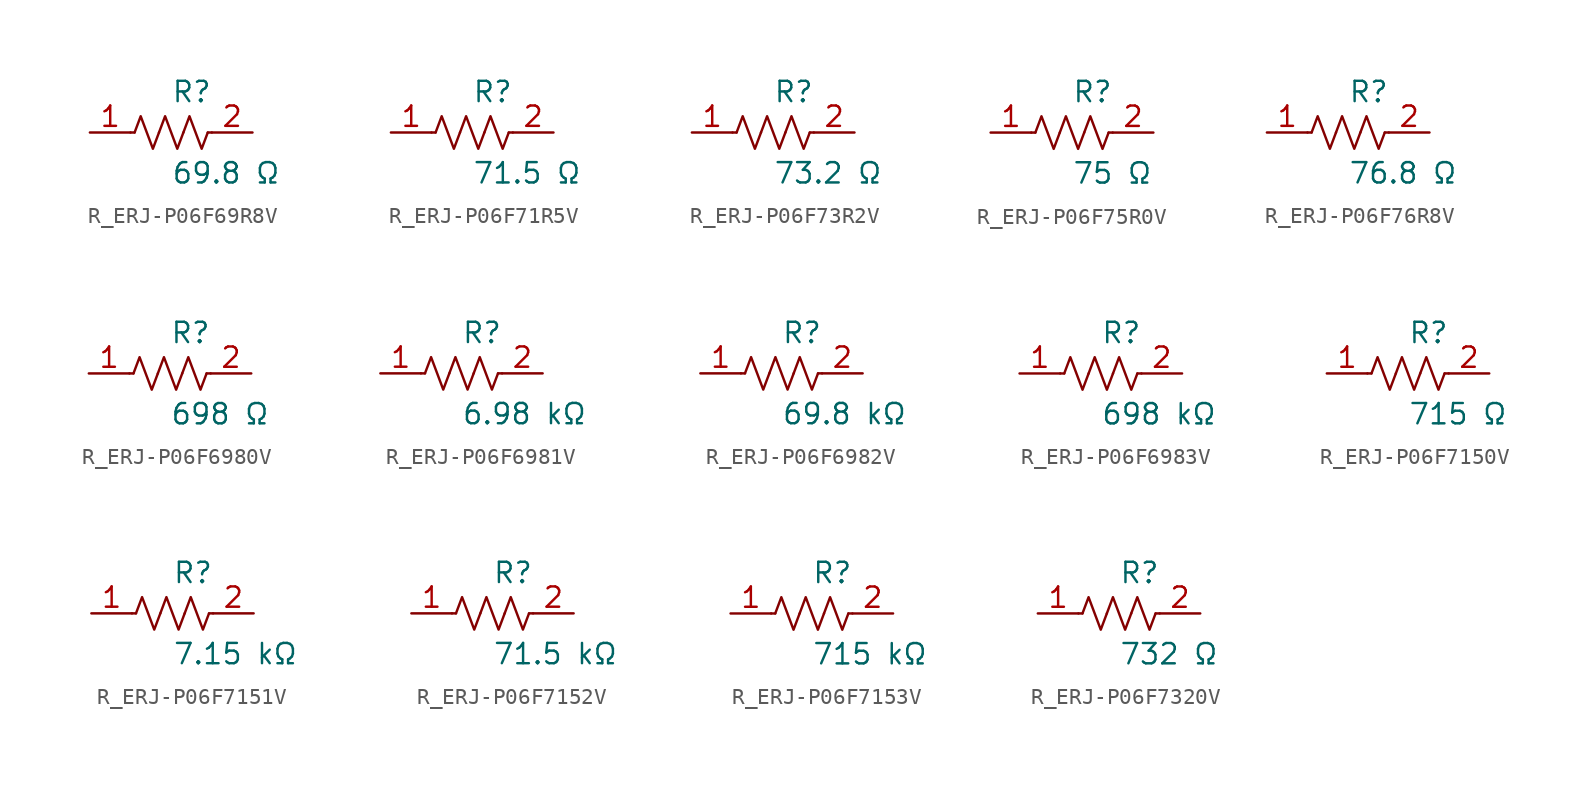
<source format=kicad_sym>
(kicad_symbol_lib
  (version 20231120)
  (generator kicad_symbol_editor)
  (generator_version 8.0)
  (symbol "R_ERJ-P06F69R8V"
    (pin_names
      (offset 0.254))
    (property "Reference" "R"
      (at 0 2.54 0)
      (effects (font (size 1.27 1.27)) (justify left)))
    (property "Value" "69.8 Ω"
      (at 0 -2.54 0)
      (effects (font (size 1.27 1.27)) (justify left)))
    (symbol "R_ERJ-P06F69R8V_0_1"
      (polyline (pts (xy 2.286 0) (xy 2.54 0)) (stroke (width 0) (type default)) (fill (type none)))
      (polyline (pts (xy -2.286 0) (xy -2.54 0)) (stroke (width 0) (type default)) (fill (type none)))
      (polyline (pts (xy 0.762 0) (xy 1.143 1.016) (xy 1.524 0) (xy 1.905 -1.016) (xy 2.286 0)) (stroke (width 0) (type default)) (fill (type none)))
      (polyline (pts (xy -0.762 0) (xy -0.381 1.016) (xy 0 0) (xy 0.381 -1.016) (xy 0.762 0)) (stroke (width 0) (type default)) (fill (type none)))
      (polyline (pts (xy -2.286 0) (xy -1.905 1.016) (xy -1.524 0) (xy -1.143 -1.016) (xy -0.762 0)) (stroke (width 0) (type default)) (fill (type none))))
    (pin passive line
      (at -5.08 0 0)
      (length 2.54)
      (name "" (effects (font (size 1.27 1.27))))
      (number "1" (effects (font (size 1.27 1.27)))))
    (pin passive line
      (at 5.08 0 180)
      (length 2.54)
      (name "" (effects (font (size 1.27 1.27))))
      (number "2" (effects (font (size 1.27 1.27))))))
  (symbol "R_ERJ-P06F71R5V"
    (pin_names
      (offset 0.254))
    (property "Reference" "R"
      (at 0 2.54 0)
      (effects (font (size 1.27 1.27)) (justify left)))
    (property "Value" "71.5 Ω"
      (at 0 -2.54 0)
      (effects (font (size 1.27 1.27)) (justify left)))
    (symbol "R_ERJ-P06F71R5V_0_1"
      (polyline (pts (xy 2.286 0) (xy 2.54 0)) (stroke (width 0) (type default)) (fill (type none)))
      (polyline (pts (xy -2.286 0) (xy -2.54 0)) (stroke (width 0) (type default)) (fill (type none)))
      (polyline (pts (xy 0.762 0) (xy 1.143 1.016) (xy 1.524 0) (xy 1.905 -1.016) (xy 2.286 0)) (stroke (width 0) (type default)) (fill (type none)))
      (polyline (pts (xy -0.762 0) (xy -0.381 1.016) (xy 0 0) (xy 0.381 -1.016) (xy 0.762 0)) (stroke (width 0) (type default)) (fill (type none)))
      (polyline (pts (xy -2.286 0) (xy -1.905 1.016) (xy -1.524 0) (xy -1.143 -1.016) (xy -0.762 0)) (stroke (width 0) (type default)) (fill (type none))))
    (pin passive line
      (at -5.08 0 0)
      (length 2.54)
      (name "" (effects (font (size 1.27 1.27))))
      (number "1" (effects (font (size 1.27 1.27)))))
    (pin passive line
      (at 5.08 0 180)
      (length 2.54)
      (name "" (effects (font (size 1.27 1.27))))
      (number "2" (effects (font (size 1.27 1.27))))))
  (symbol "R_ERJ-P06F73R2V"
    (pin_names
      (offset 0.254))
    (property "Reference" "R"
      (at 0 2.54 0)
      (effects (font (size 1.27 1.27)) (justify left)))
    (property "Value" "73.2 Ω"
      (at 0 -2.54 0)
      (effects (font (size 1.27 1.27)) (justify left)))
    (symbol "R_ERJ-P06F73R2V_0_1"
      (polyline (pts (xy 2.286 0) (xy 2.54 0)) (stroke (width 0) (type default)) (fill (type none)))
      (polyline (pts (xy -2.286 0) (xy -2.54 0)) (stroke (width 0) (type default)) (fill (type none)))
      (polyline (pts (xy 0.762 0) (xy 1.143 1.016) (xy 1.524 0) (xy 1.905 -1.016) (xy 2.286 0)) (stroke (width 0) (type default)) (fill (type none)))
      (polyline (pts (xy -0.762 0) (xy -0.381 1.016) (xy 0 0) (xy 0.381 -1.016) (xy 0.762 0)) (stroke (width 0) (type default)) (fill (type none)))
      (polyline (pts (xy -2.286 0) (xy -1.905 1.016) (xy -1.524 0) (xy -1.143 -1.016) (xy -0.762 0)) (stroke (width 0) (type default)) (fill (type none))))
    (pin passive line
      (at -5.08 0 0)
      (length 2.54)
      (name "" (effects (font (size 1.27 1.27))))
      (number "1" (effects (font (size 1.27 1.27)))))
    (pin passive line
      (at 5.08 0 180)
      (length 2.54)
      (name "" (effects (font (size 1.27 1.27))))
      (number "2" (effects (font (size 1.27 1.27))))))
  (symbol "R_ERJ-P06F75R0V"
    (pin_names
      (offset 0.254))
    (property "Reference" "R"
      (at 0 2.54 0)
      (effects (font (size 1.27 1.27)) (justify left)))
    (property "Value" "75 Ω"
      (at 0 -2.54 0)
      (effects (font (size 1.27 1.27)) (justify left)))
    (symbol "R_ERJ-P06F75R0V_0_1"
      (polyline (pts (xy 2.286 0) (xy 2.54 0)) (stroke (width 0) (type default)) (fill (type none)))
      (polyline (pts (xy -2.286 0) (xy -2.54 0)) (stroke (width 0) (type default)) (fill (type none)))
      (polyline (pts (xy 0.762 0) (xy 1.143 1.016) (xy 1.524 0) (xy 1.905 -1.016) (xy 2.286 0)) (stroke (width 0) (type default)) (fill (type none)))
      (polyline (pts (xy -0.762 0) (xy -0.381 1.016) (xy 0 0) (xy 0.381 -1.016) (xy 0.762 0)) (stroke (width 0) (type default)) (fill (type none)))
      (polyline (pts (xy -2.286 0) (xy -1.905 1.016) (xy -1.524 0) (xy -1.143 -1.016) (xy -0.762 0)) (stroke (width 0) (type default)) (fill (type none))))
    (pin passive line
      (at -5.08 0 0)
      (length 2.54)
      (name "" (effects (font (size 1.27 1.27))))
      (number "1" (effects (font (size 1.27 1.27)))))
    (pin passive line
      (at 5.08 0 180)
      (length 2.54)
      (name "" (effects (font (size 1.27 1.27))))
      (number "2" (effects (font (size 1.27 1.27))))))
  (symbol "R_ERJ-P06F76R8V"
    (pin_names
      (offset 0.254))
    (property "Reference" "R"
      (at 0 2.54 0)
      (effects (font (size 1.27 1.27)) (justify left)))
    (property "Value" "76.8 Ω"
      (at 0 -2.54 0)
      (effects (font (size 1.27 1.27)) (justify left)))
    (symbol "R_ERJ-P06F76R8V_0_1"
      (polyline (pts (xy 2.286 0) (xy 2.54 0)) (stroke (width 0) (type default)) (fill (type none)))
      (polyline (pts (xy -2.286 0) (xy -2.54 0)) (stroke (width 0) (type default)) (fill (type none)))
      (polyline (pts (xy 0.762 0) (xy 1.143 1.016) (xy 1.524 0) (xy 1.905 -1.016) (xy 2.286 0)) (stroke (width 0) (type default)) (fill (type none)))
      (polyline (pts (xy -0.762 0) (xy -0.381 1.016) (xy 0 0) (xy 0.381 -1.016) (xy 0.762 0)) (stroke (width 0) (type default)) (fill (type none)))
      (polyline (pts (xy -2.286 0) (xy -1.905 1.016) (xy -1.524 0) (xy -1.143 -1.016) (xy -0.762 0)) (stroke (width 0) (type default)) (fill (type none))))
    (pin passive line
      (at -5.08 0 0)
      (length 2.54)
      (name "" (effects (font (size 1.27 1.27))))
      (number "1" (effects (font (size 1.27 1.27)))))
    (pin passive line
      (at 5.08 0 180)
      (length 2.54)
      (name "" (effects (font (size 1.27 1.27))))
      (number "2" (effects (font (size 1.27 1.27))))))
  (symbol "R_ERJ-P06F6980V"
    (pin_names
      (offset 0.254))
    (property "Reference" "R"
      (at 0 2.54 0)
      (effects (font (size 1.27 1.27)) (justify left)))
    (property "Value" "698 Ω"
      (at 0 -2.54 0)
      (effects (font (size 1.27 1.27)) (justify left)))
    (symbol "R_ERJ-P06F6980V_0_1"
      (polyline (pts (xy 2.286 0) (xy 2.54 0)) (stroke (width 0) (type default)) (fill (type none)))
      (polyline (pts (xy -2.286 0) (xy -2.54 0)) (stroke (width 0) (type default)) (fill (type none)))
      (polyline (pts (xy 0.762 0) (xy 1.143 1.016) (xy 1.524 0) (xy 1.905 -1.016) (xy 2.286 0)) (stroke (width 0) (type default)) (fill (type none)))
      (polyline (pts (xy -0.762 0) (xy -0.381 1.016) (xy 0 0) (xy 0.381 -1.016) (xy 0.762 0)) (stroke (width 0) (type default)) (fill (type none)))
      (polyline (pts (xy -2.286 0) (xy -1.905 1.016) (xy -1.524 0) (xy -1.143 -1.016) (xy -0.762 0)) (stroke (width 0) (type default)) (fill (type none))))
    (pin passive line
      (at -5.08 0 0)
      (length 2.54)
      (name "" (effects (font (size 1.27 1.27))))
      (number "1" (effects (font (size 1.27 1.27)))))
    (pin passive line
      (at 5.08 0 180)
      (length 2.54)
      (name "" (effects (font (size 1.27 1.27))))
      (number "2" (effects (font (size 1.27 1.27))))))
  (symbol "R_ERJ-P06F6981V"
    (pin_names
      (offset 0.254))
    (property "Reference" "R"
      (at 0 2.54 0)
      (effects (font (size 1.27 1.27)) (justify left)))
    (property "Value" "6.98 kΩ"
      (at 0 -2.54 0)
      (effects (font (size 1.27 1.27)) (justify left)))
    (symbol "R_ERJ-P06F6981V_0_1"
      (polyline (pts (xy 2.286 0) (xy 2.54 0)) (stroke (width 0) (type default)) (fill (type none)))
      (polyline (pts (xy -2.286 0) (xy -2.54 0)) (stroke (width 0) (type default)) (fill (type none)))
      (polyline (pts (xy 0.762 0) (xy 1.143 1.016) (xy 1.524 0) (xy 1.905 -1.016) (xy 2.286 0)) (stroke (width 0) (type default)) (fill (type none)))
      (polyline (pts (xy -0.762 0) (xy -0.381 1.016) (xy 0 0) (xy 0.381 -1.016) (xy 0.762 0)) (stroke (width 0) (type default)) (fill (type none)))
      (polyline (pts (xy -2.286 0) (xy -1.905 1.016) (xy -1.524 0) (xy -1.143 -1.016) (xy -0.762 0)) (stroke (width 0) (type default)) (fill (type none))))
    (pin passive line
      (at -5.08 0 0)
      (length 2.54)
      (name "" (effects (font (size 1.27 1.27))))
      (number "1" (effects (font (size 1.27 1.27)))))
    (pin passive line
      (at 5.08 0 180)
      (length 2.54)
      (name "" (effects (font (size 1.27 1.27))))
      (number "2" (effects (font (size 1.27 1.27))))))
  (symbol "R_ERJ-P06F6982V"
    (pin_names
      (offset 0.254))
    (property "Reference" "R"
      (at 0 2.54 0)
      (effects (font (size 1.27 1.27)) (justify left)))
    (property "Value" "69.8 kΩ"
      (at 0 -2.54 0)
      (effects (font (size 1.27 1.27)) (justify left)))
    (symbol "R_ERJ-P06F6982V_0_1"
      (polyline (pts (xy 2.286 0) (xy 2.54 0)) (stroke (width 0) (type default)) (fill (type none)))
      (polyline (pts (xy -2.286 0) (xy -2.54 0)) (stroke (width 0) (type default)) (fill (type none)))
      (polyline (pts (xy 0.762 0) (xy 1.143 1.016) (xy 1.524 0) (xy 1.905 -1.016) (xy 2.286 0)) (stroke (width 0) (type default)) (fill (type none)))
      (polyline (pts (xy -0.762 0) (xy -0.381 1.016) (xy 0 0) (xy 0.381 -1.016) (xy 0.762 0)) (stroke (width 0) (type default)) (fill (type none)))
      (polyline (pts (xy -2.286 0) (xy -1.905 1.016) (xy -1.524 0) (xy -1.143 -1.016) (xy -0.762 0)) (stroke (width 0) (type default)) (fill (type none))))
    (pin passive line
      (at -5.08 0 0)
      (length 2.54)
      (name "" (effects (font (size 1.27 1.27))))
      (number "1" (effects (font (size 1.27 1.27)))))
    (pin passive line
      (at 5.08 0 180)
      (length 2.54)
      (name "" (effects (font (size 1.27 1.27))))
      (number "2" (effects (font (size 1.27 1.27))))))
  (symbol "R_ERJ-P06F6983V"
    (pin_names
      (offset 0.254))
    (property "Reference" "R"
      (at 0 2.54 0)
      (effects (font (size 1.27 1.27)) (justify left)))
    (property "Value" "698 kΩ"
      (at 0 -2.54 0)
      (effects (font (size 1.27 1.27)) (justify left)))
    (symbol "R_ERJ-P06F6983V_0_1"
      (polyline (pts (xy 2.286 0) (xy 2.54 0)) (stroke (width 0) (type default)) (fill (type none)))
      (polyline (pts (xy -2.286 0) (xy -2.54 0)) (stroke (width 0) (type default)) (fill (type none)))
      (polyline (pts (xy 0.762 0) (xy 1.143 1.016) (xy 1.524 0) (xy 1.905 -1.016) (xy 2.286 0)) (stroke (width 0) (type default)) (fill (type none)))
      (polyline (pts (xy -0.762 0) (xy -0.381 1.016) (xy 0 0) (xy 0.381 -1.016) (xy 0.762 0)) (stroke (width 0) (type default)) (fill (type none)))
      (polyline (pts (xy -2.286 0) (xy -1.905 1.016) (xy -1.524 0) (xy -1.143 -1.016) (xy -0.762 0)) (stroke (width 0) (type default)) (fill (type none))))
    (pin passive line
      (at -5.08 0 0)
      (length 2.54)
      (name "" (effects (font (size 1.27 1.27))))
      (number "1" (effects (font (size 1.27 1.27)))))
    (pin passive line
      (at 5.08 0 180)
      (length 2.54)
      (name "" (effects (font (size 1.27 1.27))))
      (number "2" (effects (font (size 1.27 1.27))))))
  (symbol "R_ERJ-P06F7150V"
    (pin_names
      (offset 0.254))
    (property "Reference" "R"
      (at 0 2.54 0)
      (effects (font (size 1.27 1.27)) (justify left)))
    (property "Value" "715 Ω"
      (at 0 -2.54 0)
      (effects (font (size 1.27 1.27)) (justify left)))
    (symbol "R_ERJ-P06F7150V_0_1"
      (polyline (pts (xy 2.286 0) (xy 2.54 0)) (stroke (width 0) (type default)) (fill (type none)))
      (polyline (pts (xy -2.286 0) (xy -2.54 0)) (stroke (width 0) (type default)) (fill (type none)))
      (polyline (pts (xy 0.762 0) (xy 1.143 1.016) (xy 1.524 0) (xy 1.905 -1.016) (xy 2.286 0)) (stroke (width 0) (type default)) (fill (type none)))
      (polyline (pts (xy -0.762 0) (xy -0.381 1.016) (xy 0 0) (xy 0.381 -1.016) (xy 0.762 0)) (stroke (width 0) (type default)) (fill (type none)))
      (polyline (pts (xy -2.286 0) (xy -1.905 1.016) (xy -1.524 0) (xy -1.143 -1.016) (xy -0.762 0)) (stroke (width 0) (type default)) (fill (type none))))
    (pin passive line
      (at -5.08 0 0)
      (length 2.54)
      (name "" (effects (font (size 1.27 1.27))))
      (number "1" (effects (font (size 1.27 1.27)))))
    (pin passive line
      (at 5.08 0 180)
      (length 2.54)
      (name "" (effects (font (size 1.27 1.27))))
      (number "2" (effects (font (size 1.27 1.27))))))
  (symbol "R_ERJ-P06F7151V"
    (pin_names
      (offset 0.254))
    (property "Reference" "R"
      (at 0 2.54 0)
      (effects (font (size 1.27 1.27)) (justify left)))
    (property "Value" "7.15 kΩ"
      (at 0 -2.54 0)
      (effects (font (size 1.27 1.27)) (justify left)))
    (symbol "R_ERJ-P06F7151V_0_1"
      (polyline (pts (xy 2.286 0) (xy 2.54 0)) (stroke (width 0) (type default)) (fill (type none)))
      (polyline (pts (xy -2.286 0) (xy -2.54 0)) (stroke (width 0) (type default)) (fill (type none)))
      (polyline (pts (xy 0.762 0) (xy 1.143 1.016) (xy 1.524 0) (xy 1.905 -1.016) (xy 2.286 0)) (stroke (width 0) (type default)) (fill (type none)))
      (polyline (pts (xy -0.762 0) (xy -0.381 1.016) (xy 0 0) (xy 0.381 -1.016) (xy 0.762 0)) (stroke (width 0) (type default)) (fill (type none)))
      (polyline (pts (xy -2.286 0) (xy -1.905 1.016) (xy -1.524 0) (xy -1.143 -1.016) (xy -0.762 0)) (stroke (width 0) (type default)) (fill (type none))))
    (pin passive line
      (at -5.08 0 0)
      (length 2.54)
      (name "" (effects (font (size 1.27 1.27))))
      (number "1" (effects (font (size 1.27 1.27)))))
    (pin passive line
      (at 5.08 0 180)
      (length 2.54)
      (name "" (effects (font (size 1.27 1.27))))
      (number "2" (effects (font (size 1.27 1.27))))))
  (symbol "R_ERJ-P06F7152V"
    (pin_names
      (offset 0.254))
    (property "Reference" "R"
      (at 0 2.54 0)
      (effects (font (size 1.27 1.27)) (justify left)))
    (property "Value" "71.5 kΩ"
      (at 0 -2.54 0)
      (effects (font (size 1.27 1.27)) (justify left)))
    (symbol "R_ERJ-P06F7152V_0_1"
      (polyline (pts (xy 2.286 0) (xy 2.54 0)) (stroke (width 0) (type default)) (fill (type none)))
      (polyline (pts (xy -2.286 0) (xy -2.54 0)) (stroke (width 0) (type default)) (fill (type none)))
      (polyline (pts (xy 0.762 0) (xy 1.143 1.016) (xy 1.524 0) (xy 1.905 -1.016) (xy 2.286 0)) (stroke (width 0) (type default)) (fill (type none)))
      (polyline (pts (xy -0.762 0) (xy -0.381 1.016) (xy 0 0) (xy 0.381 -1.016) (xy 0.762 0)) (stroke (width 0) (type default)) (fill (type none)))
      (polyline (pts (xy -2.286 0) (xy -1.905 1.016) (xy -1.524 0) (xy -1.143 -1.016) (xy -0.762 0)) (stroke (width 0) (type default)) (fill (type none))))
    (pin passive line
      (at -5.08 0 0)
      (length 2.54)
      (name "" (effects (font (size 1.27 1.27))))
      (number "1" (effects (font (size 1.27 1.27)))))
    (pin passive line
      (at 5.08 0 180)
      (length 2.54)
      (name "" (effects (font (size 1.27 1.27))))
      (number "2" (effects (font (size 1.27 1.27))))))
  (symbol "R_ERJ-P06F7153V"
    (pin_names
      (offset 0.254))
    (property "Reference" "R"
      (at 0 2.54 0)
      (effects (font (size 1.27 1.27)) (justify left)))
    (property "Value" "715 kΩ"
      (at 0 -2.54 0)
      (effects (font (size 1.27 1.27)) (justify left)))
    (symbol "R_ERJ-P06F7153V_0_1"
      (polyline (pts (xy 2.286 0) (xy 2.54 0)) (stroke (width 0) (type default)) (fill (type none)))
      (polyline (pts (xy -2.286 0) (xy -2.54 0)) (stroke (width 0) (type default)) (fill (type none)))
      (polyline (pts (xy 0.762 0) (xy 1.143 1.016) (xy 1.524 0) (xy 1.905 -1.016) (xy 2.286 0)) (stroke (width 0) (type default)) (fill (type none)))
      (polyline (pts (xy -0.762 0) (xy -0.381 1.016) (xy 0 0) (xy 0.381 -1.016) (xy 0.762 0)) (stroke (width 0) (type default)) (fill (type none)))
      (polyline (pts (xy -2.286 0) (xy -1.905 1.016) (xy -1.524 0) (xy -1.143 -1.016) (xy -0.762 0)) (stroke (width 0) (type default)) (fill (type none))))
    (pin passive line
      (at -5.08 0 0)
      (length 2.54)
      (name "" (effects (font (size 1.27 1.27))))
      (number "1" (effects (font (size 1.27 1.27)))))
    (pin passive line
      (at 5.08 0 180)
      (length 2.54)
      (name "" (effects (font (size 1.27 1.27))))
      (number "2" (effects (font (size 1.27 1.27))))))
  (symbol "R_ERJ-P06F7320V"
    (pin_names
      (offset 0.254))
    (property "Reference" "R"
      (at 0 2.54 0)
      (effects (font (size 1.27 1.27)) (justify left)))
    (property "Value" "732 Ω"
      (at 0 -2.54 0)
      (effects (font (size 1.27 1.27)) (justify left)))
    (symbol "R_ERJ-P06F7320V_0_1"
      (polyline (pts (xy 2.286 0) (xy 2.54 0)) (stroke (width 0) (type default)) (fill (type none)))
      (polyline (pts (xy -2.286 0) (xy -2.54 0)) (stroke (width 0) (type default)) (fill (type none)))
      (polyline (pts (xy 0.762 0) (xy 1.143 1.016) (xy 1.524 0) (xy 1.905 -1.016) (xy 2.286 0)) (stroke (width 0) (type default)) (fill (type none)))
      (polyline (pts (xy -0.762 0) (xy -0.381 1.016) (xy 0 0) (xy 0.381 -1.016) (xy 0.762 0)) (stroke (width 0) (type default)) (fill (type none)))
      (polyline (pts (xy -2.286 0) (xy -1.905 1.016) (xy -1.524 0) (xy -1.143 -1.016) (xy -0.762 0)) (stroke (width 0) (type default)) (fill (type none))))
    (pin passive line
      (at -5.08 0 0)
      (length 2.54)
      (name "" (effects (font (size 1.27 1.27))))
      (number "1" (effects (font (size 1.27 1.27)))))
    (pin passive line
      (at 5.08 0 180)
      (length 2.54)
      (name "" (effects (font (size 1.27 1.27))))
      (number "2" (effects (font (size 1.27 1.27)))))))
</source>
